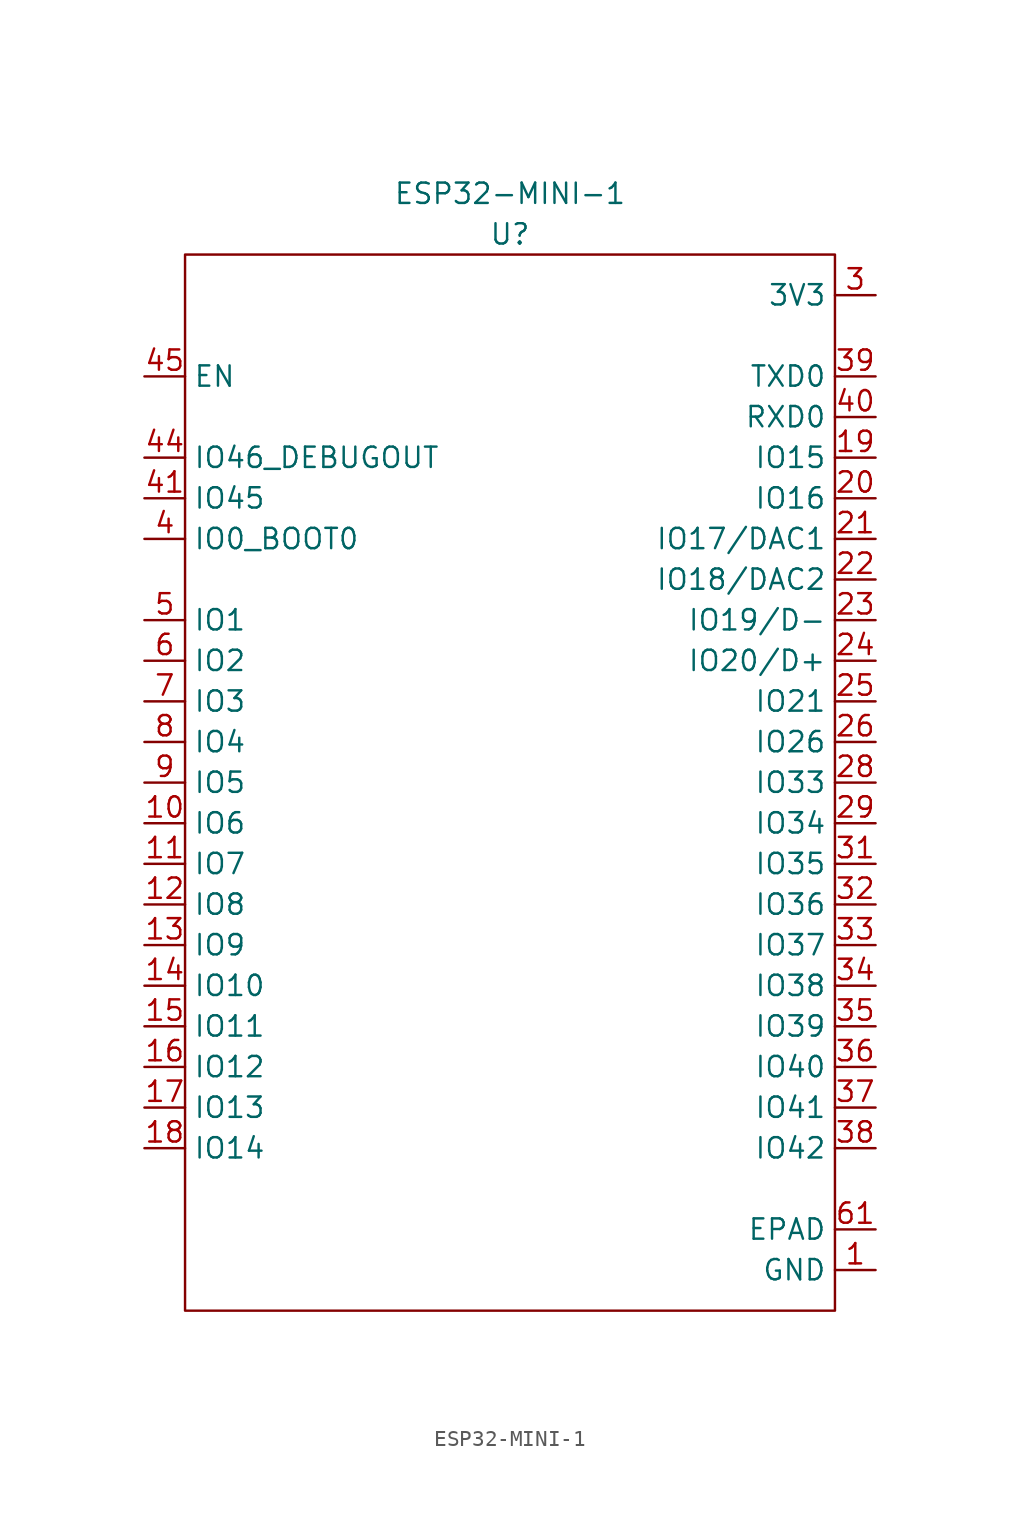
<source format=kicad_sym>
(kicad_symbol_lib
  (version 20211014)
  (generator kicad_symbol_editor)
  (symbol "ESP32-MINI-1"
    (property "Reference" "U"
      (at 0 1.27 0)
      (effects (font (size 1.27 1.27))))
    (property "Value" "ESP32-MINI-1"
      (at 0 3.81 0)
      (effects (font (size 1.27 1.27))))
    (symbol "ESP32-MINI-1_0_1"
      (rectangle (start 20.32 0) (end -20.32 -66.04) (stroke (width 0) (type default) (color 0 0 0 0)) (fill (type none))))
    (symbol "ESP32-MINI-1_1_1"
      (pin bidirectional line (at 22.86 -63.5 180) (length 2.54) (name "GND" (effects (font (size 1.27 1.27)))) (number "1" (effects (font (size 1.27 1.27)))))
      (pin bidirectional line (at -22.86 -35.56 0) (length 2.54) (name "IO6" (effects (font (size 1.27 1.27)))) (number "10" (effects (font (size 1.27 1.27)))))
      (pin bidirectional line (at -22.86 -38.1 0) (length 2.54) (name "IO7" (effects (font (size 1.27 1.27)))) (number "11" (effects (font (size 1.27 1.27)))))
      (pin bidirectional line (at -22.86 -40.64 0) (length 2.54) (name "IO8" (effects (font (size 1.27 1.27)))) (number "12" (effects (font (size 1.27 1.27)))))
      (pin bidirectional line (at -22.86 -43.18 0) (length 2.54) (name "IO9" (effects (font (size 1.27 1.27)))) (number "13" (effects (font (size 1.27 1.27)))))
      (pin bidirectional line (at -22.86 -45.72 0) (length 2.54) (name "IO10" (effects (font (size 1.27 1.27)))) (number "14" (effects (font (size 1.27 1.27)))))
      (pin bidirectional line (at -22.86 -48.26 0) (length 2.54) (name "IO11" (effects (font (size 1.27 1.27)))) (number "15" (effects (font (size 1.27 1.27)))))
      (pin bidirectional line (at -22.86 -50.8 0) (length 2.54) (name "IO12" (effects (font (size 1.27 1.27)))) (number "16" (effects (font (size 1.27 1.27)))))
      (pin bidirectional line (at -22.86 -53.34 0) (length 2.54) (name "IO13" (effects (font (size 1.27 1.27)))) (number "17" (effects (font (size 1.27 1.27)))))
      (pin bidirectional line (at -22.86 -55.88 0) (length 2.54) (name "IO14" (effects (font (size 1.27 1.27)))) (number "18" (effects (font (size 1.27 1.27)))))
      (pin bidirectional line (at 22.86 -12.7 180) (length 2.54) (name "IO15" (effects (font (size 1.27 1.27)))) (number "19" (effects (font (size 1.27 1.27)))))
      (pin passive line (at 22.86 -63.5 180) (length 2.54) hide (name "GND" (effects (font (size 1.27 1.27)))) (number "2" (effects (font (size 1.27 1.27)))))
      (pin bidirectional line (at 22.86 -15.24 180) (length 2.54) (name "IO16" (effects (font (size 1.27 1.27)))) (number "20" (effects (font (size 1.27 1.27)))))
      (pin bidirectional line (at 22.86 -17.78 180) (length 2.54) (name "IO17/DAC1" (effects (font (size 1.27 1.27)))) (number "21" (effects (font (size 1.27 1.27)))))
      (pin bidirectional line (at 22.86 -20.32 180) (length 2.54) (name "IO18/DAC2" (effects (font (size 1.27 1.27)))) (number "22" (effects (font (size 1.27 1.27)))))
      (pin bidirectional line (at 22.86 -22.86 180) (length 2.54) (name "IO19/D-" (effects (font (size 1.27 1.27)))) (number "23" (effects (font (size 1.27 1.27)))))
      (pin bidirectional line (at 22.86 -25.4 180) (length 2.54) (name "IO20/D+" (effects (font (size 1.27 1.27)))) (number "24" (effects (font (size 1.27 1.27)))))
      (pin bidirectional line (at 22.86 -27.94 180) (length 2.54) (name "IO21" (effects (font (size 1.27 1.27)))) (number "25" (effects (font (size 1.27 1.27)))))
      (pin bidirectional line (at 22.86 -30.48 180) (length 2.54) (name "IO26" (effects (font (size 1.27 1.27)))) (number "26" (effects (font (size 1.27 1.27)))))
      (pin bidirectional line (at 22.86 -33.02 180) (length 2.54) (name "IO33" (effects (font (size 1.27 1.27)))) (number "28" (effects (font (size 1.27 1.27)))))
      (pin bidirectional line (at 22.86 -35.56 180) (length 2.54) (name "IO34" (effects (font (size 1.27 1.27)))) (number "29" (effects (font (size 1.27 1.27)))))
      (pin power_in line (at 22.86 -2.54 180) (length 2.54) (name "3V3" (effects (font (size 1.27 1.27)))) (number "3" (effects (font (size 1.27 1.27)))))
      (pin bidirectional line (at 22.86 -38.1 180) (length 2.54) (name "IO35" (effects (font (size 1.27 1.27)))) (number "31" (effects (font (size 1.27 1.27)))))
      (pin bidirectional line (at 22.86 -40.64 180) (length 2.54) (name "IO36" (effects (font (size 1.27 1.27)))) (number "32" (effects (font (size 1.27 1.27)))))
      (pin bidirectional line (at 22.86 -43.18 180) (length 2.54) (name "IO37" (effects (font (size 1.27 1.27)))) (number "33" (effects (font (size 1.27 1.27)))))
      (pin bidirectional line (at 22.86 -45.72 180) (length 2.54) (name "IO38" (effects (font (size 1.27 1.27)))) (number "34" (effects (font (size 1.27 1.27)))))
      (pin bidirectional line (at 22.86 -48.26 180) (length 2.54) (name "IO39" (effects (font (size 1.27 1.27)))) (number "35" (effects (font (size 1.27 1.27)))))
      (pin bidirectional line (at 22.86 -50.8 180) (length 2.54) (name "IO40" (effects (font (size 1.27 1.27)))) (number "36" (effects (font (size 1.27 1.27)))))
      (pin bidirectional line (at 22.86 -53.34 180) (length 2.54) (name "IO41" (effects (font (size 1.27 1.27)))) (number "37" (effects (font (size 1.27 1.27)))))
      (pin bidirectional line (at 22.86 -55.88 180) (length 2.54) (name "IO42" (effects (font (size 1.27 1.27)))) (number "38" (effects (font (size 1.27 1.27)))))
      (pin output line (at 22.86 -7.62 180) (length 2.54) (name "TXD0" (effects (font (size 1.27 1.27)))) (number "39" (effects (font (size 1.27 1.27)))))
      (pin bidirectional line (at -22.86 -17.78 0) (length 2.54) (name "IO0_BOOT0" (effects (font (size 1.27 1.27)))) (number "4" (effects (font (size 1.27 1.27)))))
      (pin input line (at 22.86 -10.16 180) (length 2.54) (name "RXD0" (effects (font (size 1.27 1.27)))) (number "40" (effects (font (size 1.27 1.27)))))
      (pin bidirectional line (at -22.86 -15.24 0) (length 2.54) (name "IO45" (effects (font (size 1.27 1.27)))) (number "41" (effects (font (size 1.27 1.27)))))
      (pin output line (at -22.86 -12.7 0) (length 2.54) (name "IO46_DEBUGOUT" (effects (font (size 1.27 1.27)))) (number "44" (effects (font (size 1.27 1.27)))))
      (pin input line (at -22.86 -7.62 0) (length 2.54) (name "EN" (effects (font (size 1.27 1.27)))) (number "45" (effects (font (size 1.27 1.27)))))
      (pin passive line (at 22.86 -63.5 180) (length 2.54) hide (name "GND" (effects (font (size 1.27 1.27)))) (number "46" (effects (font (size 1.27 1.27)))))
      (pin passive line (at 22.86 -63.5 180) (length 2.54) hide (name "GND" (effects (font (size 1.27 1.27)))) (number "47" (effects (font (size 1.27 1.27)))))
      (pin passive line (at 22.86 -63.5 180) (length 2.54) hide (name "GND" (effects (font (size 1.27 1.27)))) (number "48" (effects (font (size 1.27 1.27)))))
      (pin passive line (at 22.86 -63.5 180) (length 2.54) hide (name "GND" (effects (font (size 1.27 1.27)))) (number "49" (effects (font (size 1.27 1.27)))))
      (pin bidirectional line (at -22.86 -22.86 0) (length 2.54) (name "IO1" (effects (font (size 1.27 1.27)))) (number "5" (effects (font (size 1.27 1.27)))))
      (pin passive line (at 22.86 -63.5 180) (length 2.54) hide (name "GND" (effects (font (size 1.27 1.27)))) (number "50" (effects (font (size 1.27 1.27)))))
      (pin passive line (at 22.86 -63.5 180) (length 2.54) hide (name "GND" (effects (font (size 1.27 1.27)))) (number "51" (effects (font (size 1.27 1.27)))))
      (pin passive line (at 22.86 -63.5 180) (length 2.54) hide (name "GND" (effects (font (size 1.27 1.27)))) (number "52" (effects (font (size 1.27 1.27)))))
      (pin passive line (at 22.86 -63.5 180) (length 2.54) hide (name "GND" (effects (font (size 1.27 1.27)))) (number "53" (effects (font (size 1.27 1.27)))))
      (pin passive line (at 22.86 -63.5 180) (length 2.54) hide (name "GND" (effects (font (size 1.27 1.27)))) (number "54" (effects (font (size 1.27 1.27)))))
      (pin passive line (at 22.86 -63.5 180) (length 2.54) hide (name "GND" (effects (font (size 1.27 1.27)))) (number "55" (effects (font (size 1.27 1.27)))))
      (pin passive line (at 22.86 -63.5 180) (length 2.54) hide (name "GND" (effects (font (size 1.27 1.27)))) (number "56" (effects (font (size 1.27 1.27)))))
      (pin passive line (at 22.86 -63.5 180) (length 2.54) hide (name "GND" (effects (font (size 1.27 1.27)))) (number "57" (effects (font (size 1.27 1.27)))))
      (pin passive line (at 22.86 -63.5 180) (length 2.54) hide (name "GND" (effects (font (size 1.27 1.27)))) (number "58" (effects (font (size 1.27 1.27)))))
      (pin passive line (at 22.86 -63.5 180) (length 2.54) hide (name "GND" (effects (font (size 1.27 1.27)))) (number "59" (effects (font (size 1.27 1.27)))))
      (pin bidirectional line (at -22.86 -25.4 0) (length 2.54) (name "IO2" (effects (font (size 1.27 1.27)))) (number "6" (effects (font (size 1.27 1.27)))))
      (pin passive line (at 22.86 -63.5 180) (length 2.54) hide (name "GND" (effects (font (size 1.27 1.27)))) (number "60" (effects (font (size 1.27 1.27)))))
      (pin bidirectional line (at 22.86 -60.96 180) (length 2.54) (name "EPAD" (effects (font (size 1.27 1.27)))) (number "61" (effects (font (size 1.27 1.27)))))
      (pin passive line (at 22.86 -63.5 180) (length 2.54) hide (name "GND" (effects (font (size 1.27 1.27)))) (number "61" (effects (font (size 1.27 1.27)))))
      (pin passive line (at 22.86 -63.5 180) (length 2.54) hide (name "GND" (effects (font (size 1.27 1.27)))) (number "62" (effects (font (size 1.27 1.27)))))
      (pin passive line (at 22.86 -63.5 180) (length 2.54) hide (name "GND" (effects (font (size 1.27 1.27)))) (number "63" (effects (font (size 1.27 1.27)))))
      (pin passive line (at 22.86 -63.5 180) (length 2.54) hide (name "GND" (effects (font (size 1.27 1.27)))) (number "64" (effects (font (size 1.27 1.27)))))
      (pin passive line (at 22.86 -63.5 180) (length 2.54) hide (name "GND" (effects (font (size 1.27 1.27)))) (number "65" (effects (font (size 1.27 1.27)))))
      (pin bidirectional line (at -22.86 -27.94 0) (length 2.54) (name "IO3" (effects (font (size 1.27 1.27)))) (number "7" (effects (font (size 1.27 1.27)))))
      (pin bidirectional line (at -22.86 -30.48 0) (length 2.54) (name "IO4" (effects (font (size 1.27 1.27)))) (number "8" (effects (font (size 1.27 1.27)))))
      (pin bidirectional line (at -22.86 -33.02 0) (length 2.54) (name "IO5" (effects (font (size 1.27 1.27)))) (number "9" (effects (font (size 1.27 1.27))))))))
</source>
